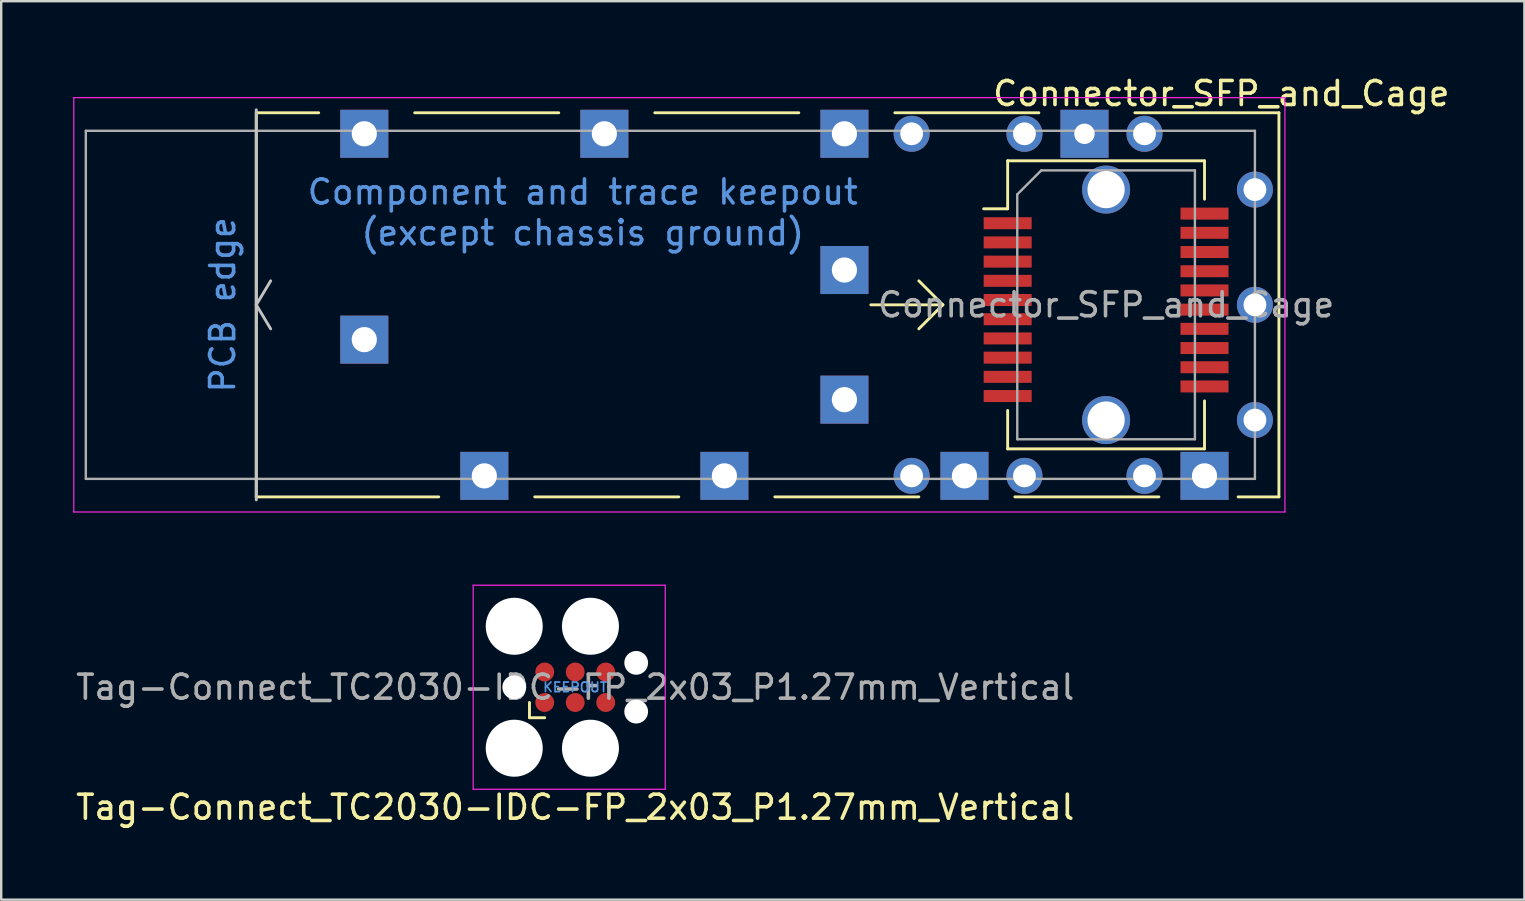
<source format=kicad_pcb>
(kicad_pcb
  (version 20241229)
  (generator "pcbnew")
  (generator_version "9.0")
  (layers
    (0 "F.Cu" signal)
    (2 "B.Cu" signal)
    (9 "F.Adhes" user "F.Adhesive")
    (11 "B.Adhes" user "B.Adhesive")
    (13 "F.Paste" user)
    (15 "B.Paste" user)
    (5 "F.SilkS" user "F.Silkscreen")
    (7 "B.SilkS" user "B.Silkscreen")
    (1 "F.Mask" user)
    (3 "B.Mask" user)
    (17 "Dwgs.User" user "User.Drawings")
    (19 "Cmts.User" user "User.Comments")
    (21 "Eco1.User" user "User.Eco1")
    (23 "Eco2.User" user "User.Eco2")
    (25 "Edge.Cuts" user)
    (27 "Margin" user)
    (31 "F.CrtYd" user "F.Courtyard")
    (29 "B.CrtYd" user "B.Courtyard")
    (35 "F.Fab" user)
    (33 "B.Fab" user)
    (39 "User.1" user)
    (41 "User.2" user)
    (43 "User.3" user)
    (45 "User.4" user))
  (footprint "Connector_SFP_and_Cage"
    (layer "F.Cu")
    (at 49.225 9.648)
    (property "Reference" "Connector_SFP_and_Cage" (at -1.4 -8.8 0) (layer "F.SilkS") (effects (font (size 1 1) (thickness 0.15))))
    (attr smd)
    (fp_line (start -41.6 8) (end -41.6 -8) (stroke (width 0.12) (type solid)) (layer "F.SilkS"))
    (fp_line (start -39 -8) (end -41.6 -8) (stroke (width 0.12) (type solid)) (layer "F.SilkS"))
    (fp_line (start -34 8) (end -41.6 8) (stroke (width 0.12) (type solid)) (layer "F.SilkS"))
    (fp_line (start -30 8) (end -24 8) (stroke (width 0.12) (type solid)) (layer "F.SilkS"))
    (fp_line (start -29 -8) (end -35 -8) (stroke (width 0.12) (type solid)) (layer "F.SilkS"))
    (fp_line (start -20 8) (end -14 8) (stroke (width 0.12) (type solid)) (layer "F.SilkS"))
    (fp_line (start -19 -8) (end -25 -8) (stroke (width 0.12) (type solid)) (layer "F.SilkS"))
    (fp_line (start -13 0) (end -16 0) (stroke (width 0.12) (type solid)) (layer "F.SilkS"))
    (fp_line (start -13 0) (end -14 -1) (stroke (width 0.12) (type solid)) (layer "F.SilkS"))
    (fp_line (start -13 0) (end -14 1) (stroke (width 0.12) (type solid)) (layer "F.SilkS"))
    (fp_line (start -10.3 -6) (end -10.3 -4) (stroke (width 0.12) (type solid)) (layer "F.SilkS"))
    (fp_line (start -10.3 -4) (end -11.3 -4) (stroke (width 0.12) (type solid)) (layer "F.SilkS"))
    (fp_line (start -10.3 4.4) (end -10.3 6) (stroke (width 0.12) (type solid)) (layer "F.SilkS"))
    (fp_line (start -10 8) (end -4 8) (stroke (width 0.12) (type solid)) (layer "F.SilkS"))
    (fp_line (start -9 -8) (end -15 -8) (stroke (width 0.12) (type solid)) (layer "F.SilkS"))
    (fp_line (start -2.1 -6) (end -10.3 -6) (stroke (width 0.12) (type solid)) (layer "F.SilkS"))
    (fp_line (start -2.1 -4.4) (end -2.1 -6) (stroke (width 0.12) (type solid)) (layer "F.SilkS"))
    (fp_line (start -2.1 4) (end -2.1 6) (stroke (width 0.12) (type solid)) (layer "F.SilkS"))
    (fp_line (start -2.1 6) (end -10.3 6) (stroke (width 0.12) (type solid)) (layer "F.SilkS"))
    (fp_line (start -0.7 8) (end 1 8) (stroke (width 0.12) (type solid)) (layer "F.SilkS"))
    (fp_line (start 1 -8) (end -5 -8) (stroke (width 0.12) (type solid)) (layer "F.SilkS"))
    (fp_line (start 1 8) (end 1 -8) (stroke (width 0.12) (type solid)) (layer "F.SilkS"))
    (fp_line (start -41.6 0) (end -41 -1) (stroke (width 0.12) (type solid)) (layer "Dwgs.User"))
    (fp_line (start -41.6 8.125) (end -41.6 -8.125) (stroke (width 0.12) (type solid)) (layer "Dwgs.User"))
    (fp_line (start -41 1) (end -41.6 0) (stroke (width 0.12) (type solid)) (layer "Dwgs.User"))
    (fp_line (start -49.2 -8.63) (end -49.2 8.63) (stroke (width 0.05) (type solid)) (layer "F.CrtYd"))
    (fp_line (start -49.2 -8.63) (end 1.25 -8.63) (stroke (width 0.05) (type solid)) (layer "F.CrtYd"))
    (fp_line (start 1.25 8.63) (end -49.2 8.63) (stroke (width 0.05) (type solid)) (layer "F.CrtYd"))
    (fp_line (start 1.25 8.63) (end 1.25 -8.63) (stroke (width 0.05) (type solid)) (layer "F.CrtYd"))
    (fp_line (start -48.7 -7.25) (end -48.7 7.25) (stroke (width 0.1) (type solid)) (layer "F.Fab"))
    (fp_line (start -9.9 -4.6) (end -9.9 5.6) (stroke (width 0.1) (type solid)) (layer "F.Fab"))
    (fp_line (start -9.9 -4.6) (end -8.9 -5.6) (stroke (width 0.1) (type solid)) (layer "F.Fab"))
    (fp_line (start -2.5 -5.6) (end -8.9 -5.6) (stroke (width 0.1) (type solid)) (layer "F.Fab"))
    (fp_line (start -2.5 -5.6) (end -2.5 5.6) (stroke (width 0.1) (type solid)) (layer "F.Fab"))
    (fp_line (start -2.5 5.6) (end -9.9 5.6) (stroke (width 0.1) (type solid)) (layer "F.Fab"))
    (fp_line (start 0 -7.25) (end -48.7 -7.25) (stroke (width 0.1) (type solid)) (layer "F.Fab"))
    (fp_line (start 0 -7.25) (end 0 7.25) (stroke (width 0.1) (type solid)) (layer "F.Fab"))
    (fp_line (start 0 7.25) (end -48.7 7.25) (stroke (width 0.1) (type solid)) (layer "F.Fab"))
    (fp_text user "Component and trace keepout" (at -28 -4.7 0) (layer "Cmts.User") (effects (font (size 1 1) (thickness 0.15))))
    (fp_text user "(except chassis ground)" (at -28 -3 0) (layer "Cmts.User") (effects (font (size 1 1) (thickness 0.15))))
    (fp_text user "PCB edge" (at -43 0 90) (layer "Cmts.User") (effects (font (size 1 1) (thickness 0.15))))
    (fp_text user "${REFERENCE}" (at -6.2 0 0) (layer "F.Fab") (effects (font (size 1 1) (thickness 0.15))))
    (pad "" np_thru_hole circle (at -6.2 -4.8) (size 2 2) (drill 1.55) (layers "*.Cu" "*.Mask"))
    (pad "" np_thru_hole circle (at -6.2 4.8) (size 2 2) (drill 1.55) (layers "*.Cu" "*.Mask"))
    (pad "1" smd rect (at -10.3 -3.4) (size 2 0.5) (layers "F.Cu" "F.Mask" "F.Paste"))
    (pad "2" smd rect (at -10.3 -2.6) (size 2 0.5) (layers "F.Cu" "F.Mask" "F.Paste"))
    (pad "3" smd rect (at -10.3 -1.8) (size 2 0.5) (layers "F.Cu" "F.Mask" "F.Paste"))
    (pad "4" smd rect (at -10.3 -1) (size 2 0.5) (layers "F.Cu" "F.Mask" "F.Paste"))
    (pad "5" smd rect (at -10.3 -0.2) (size 2 0.5) (layers "F.Cu" "F.Mask" "F.Paste"))
    (pad "6" smd rect (at -10.3 0.6) (size 2 0.5) (layers "F.Cu" "F.Mask" "F.Paste"))
    (pad "7" smd rect (at -10.3 1.4) (size 2 0.5) (layers "F.Cu" "F.Mask" "F.Paste"))
    (pad "8" smd rect (at -10.3 2.2) (size 2 0.5) (layers "F.Cu" "F.Mask" "F.Paste"))
    (pad "9" smd rect (at -10.3 3) (size 2 0.5) (layers "F.Cu" "F.Mask" "F.Paste"))
    (pad "10" smd rect (at -10.3 3.8) (size 2 0.5) (layers "F.Cu" "F.Mask" "F.Paste"))
    (pad "11" smd rect (at -2.1 3.4) (size 2 0.5) (layers "F.Cu" "F.Mask" "F.Paste"))
    (pad "12" smd rect (at -2.1 2.6) (size 2 0.5) (layers "F.Cu" "F.Mask" "F.Paste"))
    (pad "13" smd rect (at -2.1 1.8) (size 2 0.5) (layers "F.Cu" "F.Mask" "F.Paste"))
    (pad "14" smd rect (at -2.1 1) (size 2 0.5) (layers "F.Cu" "F.Mask" "F.Paste"))
    (pad "15" smd rect (at -2.1 0.2) (size 2 0.5) (layers "F.Cu" "F.Mask" "F.Paste"))
    (pad "16" smd rect (at -2.1 -0.6) (size 2 0.5) (layers "F.Cu" "F.Mask" "F.Paste"))
    (pad "17" smd rect (at -2.1 -1.4) (size 2 0.5) (layers "F.Cu" "F.Mask" "F.Paste"))
    (pad "18" smd rect (at -2.1 -2.2) (size 2 0.5) (layers "F.Cu" "F.Mask" "F.Paste"))
    (pad "19" smd rect (at -2.1 -3) (size 2 0.5) (layers "F.Cu" "F.Mask" "F.Paste"))
    (pad "20" smd rect (at -2.1 -3.8) (size 2 0.5) (layers "F.Cu" "F.Mask" "F.Paste"))
    (pad "CAGE" thru_hole rect (at -37.1 -7.125) (size 2 2) (drill 1.05) (layers "*.Cu" "*.Mask"))
    (pad "CAGE" thru_hole rect (at -37.1 1.45) (size 2 2) (drill 1.05) (layers "*.Cu" "*.Mask"))
    (pad "CAGE" thru_hole rect (at -32.1 7.125) (size 2 2) (drill 1.05) (layers "*.Cu" "*.Mask"))
    (pad "CAGE" thru_hole rect (at -27.1 -7.125) (size 2 2) (drill 1.05) (layers "*.Cu" "*.Mask"))
    (pad "CAGE" thru_hole rect (at -22.1 7.125) (size 2 2) (drill 1.05) (layers "*.Cu" "*.Mask"))
    (pad "CAGE" thru_hole rect (at -17.1 -7.125) (size 2 2) (drill 1.05) (layers "*.Cu" "*.Mask"))
    (pad "CAGE" thru_hole rect (at -17.1 -1.45) (size 2 2) (drill 1.05) (layers "*.Cu" "*.Mask"))
    (pad "CAGE" thru_hole rect (at -17.1 3.95) (size 2 2) (drill 1.05) (layers "*.Cu" "*.Mask"))
    (pad "CAGE" thru_hole circle (at -14.3 -7.125) (size 1.5 1.5) (drill 0.95) (layers "*.Cu" "*.Mask"))
    (pad "CAGE" thru_hole circle (at -14.3 7.125) (size 1.5 1.5) (drill 0.95) (layers "*.Cu" "*.Mask"))
    (pad "CAGE" thru_hole rect (at -12.1 7.125) (size 2 2) (drill 1.05) (layers "*.Cu" "*.Mask"))
    (pad "CAGE" thru_hole circle (at -9.6 -7.125) (size 1.5 1.5) (drill 0.95) (layers "*.Cu" "*.Mask"))
    (pad "CAGE" thru_hole circle (at -9.6 7.125) (size 1.5 1.5) (drill 0.95) (layers "*.Cu" "*.Mask"))
    (pad "CAGE" thru_hole rect (at -7.1 -7.125) (size 2 2) (drill 0.85) (layers "*.Cu" "*.Mask"))
    (pad "CAGE" thru_hole circle (at -4.6 -7.125) (size 1.5 1.5) (drill 0.95) (layers "*.Cu" "*.Mask"))
    (pad "CAGE" thru_hole circle (at -4.6 7.125) (size 1.5 1.5) (drill 0.95) (layers "*.Cu" "*.Mask"))
    (pad "CAGE" thru_hole rect (at -2.1 7.125) (size 2 2) (drill 1.05) (layers "*.Cu" "*.Mask"))
    (pad "CAGE" thru_hole circle (at 0 -4.8) (size 1.5 1.5) (drill 0.95) (layers "*.Cu" "*.Mask"))
    (pad "CAGE" thru_hole circle (at 0 0) (size 1.5 1.5) (drill 0.95) (layers "*.Cu" "*.Mask"))
    (pad "CAGE" thru_hole circle (at 0 4.8) (size 1.5 1.5) (drill 0.95) (layers "*.Cu" "*.Mask"))
    (zone (net_name "") (layer "F.Cu") (hatch full 0.508) (connect_pads) (min_thickness 0.254) (filled_areas_thickness no) (keepout (tracks not_allowed) (vias not_allowed) (pads not_allowed) (copperpour allowed) (footprints not_allowed)) (placement (enabled no)) (fill) (polygon (pts (xy 49.925 6.048) (xy 48.925 6.048) (xy 48.925 3.548) (xy 34.425 3.548) (xy 34.425 15.748) (xy 48.925 15.748) (xy 48.925 12.748) (xy 49.925 12.748) (xy 49.925 17.773) (xy 7.625 17.773) (xy 7.625 1.523) (xy 49.925 1.523)))))
  (footprint "Tag-Connect_TC2030-IDC-FP_2x03_P1.27mm_Vertical"
    (layer "F.Cu")
    (at 20.911 25.578)
    (property "Reference" "Tag-Connect_TC2030-IDC-FP_2x03_P1.27mm_Vertical" (at 0 5 0) (layer "F.SilkS") (effects (font (size 1 1) (thickness 0.15))))
    (attr exclude_from_pos_files exclude_from_bom)
    (fp_line (start -1.905 1.27) (end -1.905 0.635) (stroke (width 0.12) (type solid)) (layer "F.SilkS"))
    (fp_line (start -1.27 1.27) (end -1.905 1.27) (stroke (width 0.12) (type solid)) (layer "F.SilkS"))
    (fp_line (start -4.25 -4.25) (end 3.75 -4.25) (stroke (width 0.05) (type solid)) (layer "F.CrtYd"))
    (fp_line (start -4.25 4.25) (end -4.25 -4.25) (stroke (width 0.05) (type solid)) (layer "F.CrtYd"))
    (fp_line (start 3.75 -4.25) (end 3.75 4.25) (stroke (width 0.05) (type solid)) (layer "F.CrtYd"))
    (fp_line (start 3.75 4.25) (end -4.25 4.25) (stroke (width 0.05) (type solid)) (layer "F.CrtYd"))
    (fp_text user "KEEPOUT" (at 0 0 0) (layer "Cmts.User") (effects (font (size 0.4 0.4) (thickness 0.07))))
    (fp_text user "${REFERENCE}" (at 0 0 0) (layer "F.Fab") (effects (font (size 1 1) (thickness 0.15))))
    (pad "" np_thru_hole circle (at -2.54 -2.54) (size 2.375 2.375) (drill 2.375) (layers "*.Cu" "*.Mask"))
    (pad "" np_thru_hole circle (at -2.54 0) (size 0.991 0.991) (drill 0.991) (layers "*.Cu" "*.Mask"))
    (pad "" np_thru_hole circle (at -2.54 2.54) (size 2.375 2.375) (drill 2.375) (layers "*.Cu" "*.Mask"))
    (pad "" np_thru_hole circle (at 0.635 -2.54) (size 2.375 2.375) (drill 2.375) (layers "*.Cu" "*.Mask"))
    (pad "" np_thru_hole circle (at 0.635 2.54) (size 2.375 2.375) (drill 2.375) (layers "*.Cu" "*.Mask"))
    (pad "" np_thru_hole circle (at 2.54 -1.016) (size 0.991 0.991) (drill 0.991) (layers "*.Cu" "*.Mask"))
    (pad "" np_thru_hole circle (at 2.54 1.016) (size 0.991 0.991) (drill 0.991) (layers "*.Cu" "*.Mask"))
    (pad "1" connect circle (at -1.27 0.635) (size 0.787 0.787) (layers "F.Cu" "F.Mask"))
    (pad "2" connect circle (at -1.27 -0.635) (size 0.787 0.787) (layers "F.Cu" "F.Mask"))
    (pad "3" connect circle (at 0 0.635) (size 0.787 0.787) (layers "F.Cu" "F.Mask"))
    (pad "4" connect circle (at 0 -0.635) (size 0.787 0.787) (layers "F.Cu" "F.Mask"))
    (pad "5" connect circle (at 1.27 0.635) (size 0.787 0.787) (layers "F.Cu" "F.Mask"))
    (pad "6" connect circle (at 1.27 -0.635) (size 0.787 0.787) (layers "F.Cu" "F.Mask"))
    (zone (net_name "") (layer "F.Cu") (hatch full 0.508) (connect_pads) (min_thickness 0.254) (filled_areas_thickness no) (keepout (tracks not_allowed) (vias not_allowed) (pads allowed) (copperpour not_allowed) (footprints not_allowed)) (placement (enabled no)) (fill) (polygon (pts (xy 22.181 24.943) (xy 19.641 24.943) (xy 19.641 26.213) (xy 22.181 26.213)))))
  (gr_rect
    (start -3 -3)
    (end 60.45 34.426)
    (stroke (width 0.1) (type default))
    (fill no)
    (layer "Edge.Cuts")))
</source>
